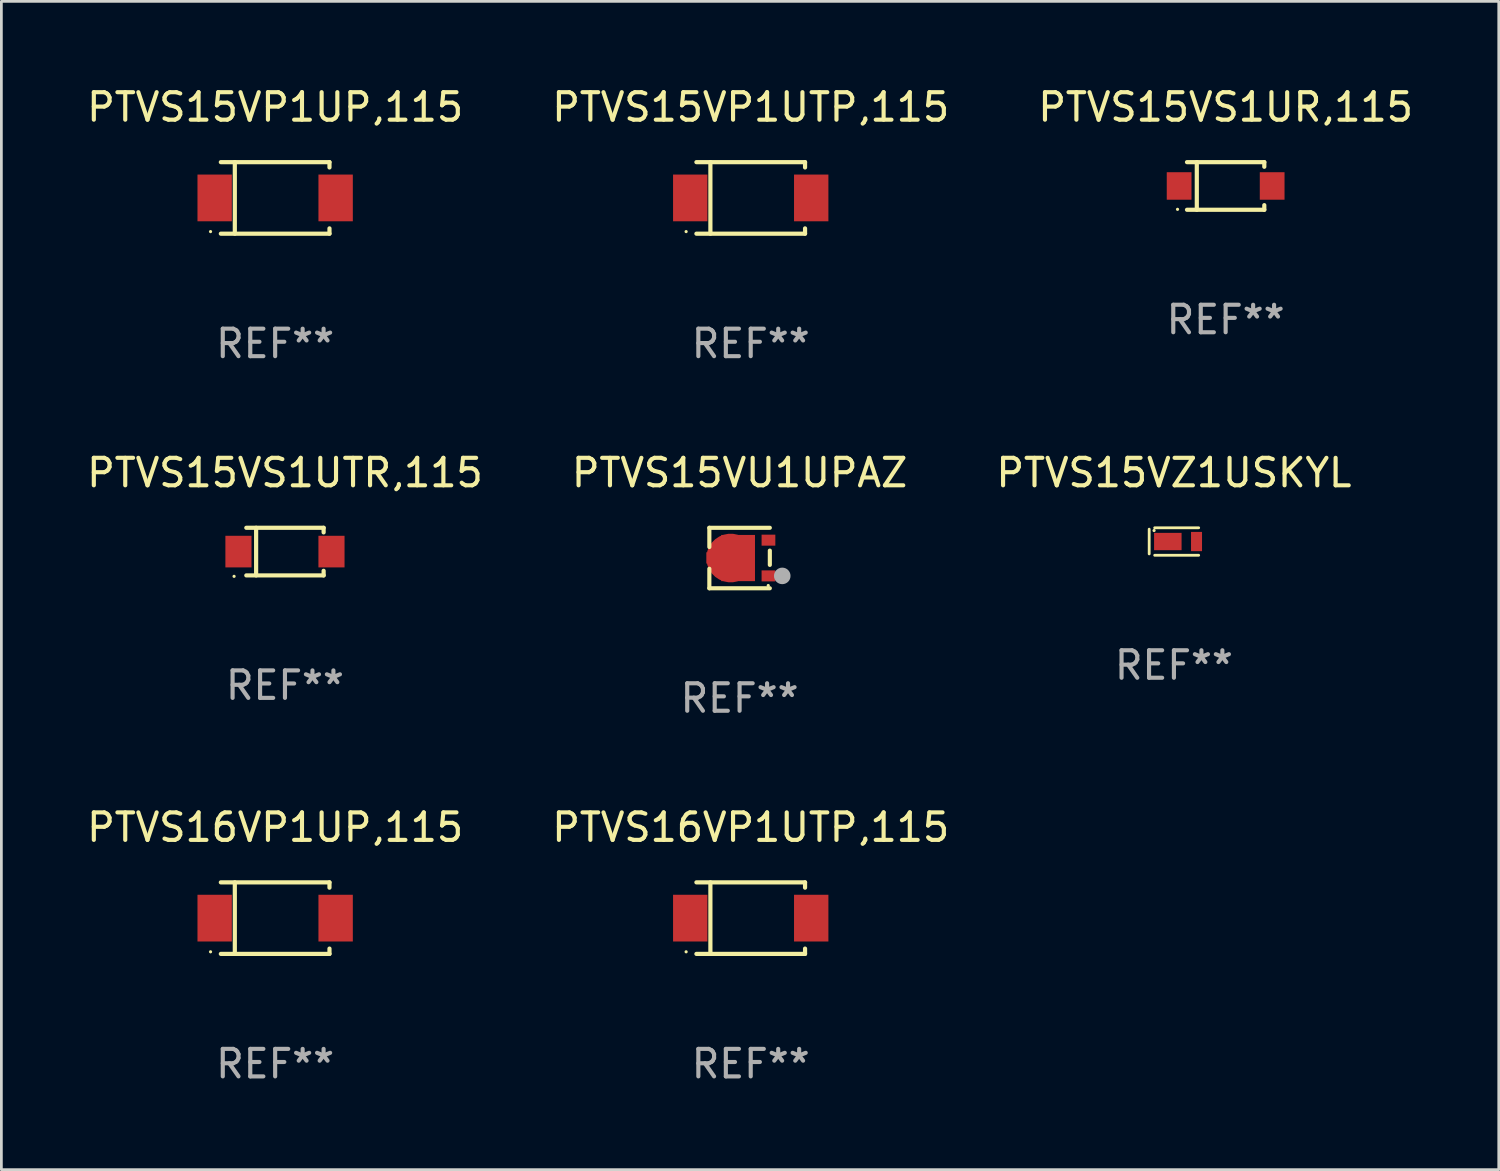
<source format=kicad_pcb>
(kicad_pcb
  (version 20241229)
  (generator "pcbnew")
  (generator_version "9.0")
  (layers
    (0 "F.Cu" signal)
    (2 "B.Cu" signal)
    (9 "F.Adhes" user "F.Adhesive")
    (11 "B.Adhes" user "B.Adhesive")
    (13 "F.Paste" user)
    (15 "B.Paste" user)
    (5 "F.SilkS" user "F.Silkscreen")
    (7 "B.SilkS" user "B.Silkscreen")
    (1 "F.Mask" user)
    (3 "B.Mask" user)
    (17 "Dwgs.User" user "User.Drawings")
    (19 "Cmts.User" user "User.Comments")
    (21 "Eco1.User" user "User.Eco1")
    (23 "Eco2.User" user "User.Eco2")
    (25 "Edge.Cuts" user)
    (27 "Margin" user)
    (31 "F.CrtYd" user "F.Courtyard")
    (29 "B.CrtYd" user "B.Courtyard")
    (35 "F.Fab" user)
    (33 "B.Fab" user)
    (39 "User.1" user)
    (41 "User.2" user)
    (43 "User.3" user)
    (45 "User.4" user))
  (footprint "PTVS15VP1UP,115"
    (layer "F.Cu")
    (at 6.958 4.149)
    (property "Reference" "PTVS15VP1UP,115" (at 0 -3.301 0) (layer "F.SilkS") (effects (font (size 1 1) (thickness 0.15))))
    (attr through_hole)
    (fp_line (start -1.976 -1.301) (end 1.976 -1.301) (stroke (width 0.152) (type solid)) (layer "F.SilkS"))
    (fp_line (start -1.976 1.301) (end 1.976 1.301) (stroke (width 0.152) (type solid)) (layer "F.SilkS"))
    (fp_line (start -1.467 -1.301) (end -1.467 1.301) (stroke (width 0.152) (type solid)) (layer "F.SilkS"))
    (fp_line (start 1.976 -1.301) (end 1.976 -1.108) (stroke (width 0.152) (type solid)) (layer "F.SilkS"))
    (fp_line (start 1.976 1.301) (end 1.976 1.108) (stroke (width 0.152) (type solid)) (layer "F.SilkS"))
    (fp_circle (center -2.35 1.225) (end -2.32 1.225) (stroke (width 0.06) (type solid)) (fill no) (layer "F.SilkS"))
    (fp_text user "REF**" (at 0 5.301 0) (layer "F.Fab") (effects (font (size 1 1) (thickness 0.15))))
    (pad "1" smd rect (at -2.2 0 180) (size 1.25 1.7) (layers "F.Cu" "F.Mask" "F.Paste"))
    (pad "2" smd rect (at 2.2 0 180) (size 1.25 1.7) (layers "F.Cu" "F.Mask" "F.Paste")))
  (footprint "PTVS16VP1UTP,115"
    (layer "F.Cu")
    (at 24.256 30.345)
    (property "Reference" "PTVS16VP1UTP,115" (at 0 -3.301 0) (layer "F.SilkS") (effects (font (size 1 1) (thickness 0.15))))
    (attr through_hole)
    (fp_line (start -1.976 -1.301) (end 1.976 -1.301) (stroke (width 0.152) (type solid)) (layer "F.SilkS"))
    (fp_line (start -1.976 1.301) (end 1.976 1.301) (stroke (width 0.152) (type solid)) (layer "F.SilkS"))
    (fp_line (start -1.467 -1.301) (end -1.467 1.301) (stroke (width 0.152) (type solid)) (layer "F.SilkS"))
    (fp_line (start 1.976 -1.301) (end 1.976 -1.108) (stroke (width 0.152) (type solid)) (layer "F.SilkS"))
    (fp_line (start 1.976 1.301) (end 1.976 1.108) (stroke (width 0.152) (type solid)) (layer "F.SilkS"))
    (fp_circle (center -2.35 1.225) (end -2.32 1.225) (stroke (width 0.06) (type solid)) (fill no) (layer "F.SilkS"))
    (fp_text user "REF**" (at 0 5.301 0) (layer "F.Fab") (effects (font (size 1 1) (thickness 0.15))))
    (pad "1" smd rect (at -2.2 0 180) (size 1.25 1.7) (layers "F.Cu" "F.Mask" "F.Paste"))
    (pad "2" smd rect (at 2.2 0 180) (size 1.25 1.7) (layers "F.Cu" "F.Mask" "F.Paste")))
  (footprint "PTVS15VP1UTP,115"
    (layer "F.Cu")
    (at 24.256 4.149)
    (property "Reference" "PTVS15VP1UTP,115" (at 0 -3.301 0) (layer "F.SilkS") (effects (font (size 1 1) (thickness 0.15))))
    (attr through_hole)
    (fp_line (start -1.976 -1.301) (end 1.976 -1.301) (stroke (width 0.152) (type solid)) (layer "F.SilkS"))
    (fp_line (start -1.976 1.301) (end 1.976 1.301) (stroke (width 0.152) (type solid)) (layer "F.SilkS"))
    (fp_line (start -1.467 -1.301) (end -1.467 1.301) (stroke (width 0.152) (type solid)) (layer "F.SilkS"))
    (fp_line (start 1.976 -1.301) (end 1.976 -1.108) (stroke (width 0.152) (type solid)) (layer "F.SilkS"))
    (fp_line (start 1.976 1.301) (end 1.976 1.108) (stroke (width 0.152) (type solid)) (layer "F.SilkS"))
    (fp_circle (center -2.35 1.225) (end -2.32 1.225) (stroke (width 0.06) (type solid)) (fill no) (layer "F.SilkS"))
    (fp_text user "REF**" (at 0 5.301 0) (layer "F.Fab") (effects (font (size 1 1) (thickness 0.15))))
    (pad "1" smd rect (at -2.2 0 180) (size 1.25 1.7) (layers "F.Cu" "F.Mask" "F.Paste"))
    (pad "2" smd rect (at 2.2 0 180) (size 1.25 1.7) (layers "F.Cu" "F.Mask" "F.Paste")))
  (footprint "PTVS15VS1UR,115"
    (layer "F.Cu")
    (at 41.53 3.714)
    (property "Reference" "PTVS15VS1UR,115" (at 0 -2.866 0) (layer "F.SilkS") (effects (font (size 1 1) (thickness 0.15))))
    (attr through_hole)
    (fp_line (start -1.406 -0.866) (end 1.406 -0.866) (stroke (width 0.152) (type solid)) (layer "F.SilkS"))
    (fp_line (start -1.406 0.866) (end 1.406 0.866) (stroke (width 0.152) (type solid)) (layer "F.SilkS"))
    (fp_line (start -1.049 -0.866) (end -1.049 0.866) (stroke (width 0.152) (type solid)) (layer "F.SilkS"))
    (fp_line (start 1.406 -0.866) (end 1.406 -0.698) (stroke (width 0.152) (type solid)) (layer "F.SilkS"))
    (fp_line (start 1.406 0.866) (end 1.406 0.698) (stroke (width 0.152) (type solid)) (layer "F.SilkS"))
    (fp_circle (center -1.75 0.85) (end -1.72 0.85) (stroke (width 0.06) (type solid)) (fill no) (layer "F.SilkS"))
    (fp_text user "REF**" (at 0 4.866 0) (layer "F.Fab") (effects (font (size 1 1) (thickness 0.15))))
    (pad "1" smd rect (at -1.692 0) (size 0.9 1) (layers "F.Cu" "F.Mask" "F.Paste"))
    (pad "2" smd rect (at 1.692 0) (size 0.9 1) (layers "F.Cu" "F.Mask" "F.Paste")))
  (footprint "PTVS15VU1UPAZ"
    (layer "F.Cu")
    (at 23.851 17.247)
    (property "Reference" "PTVS15VU1UPAZ" (at 0 -3.1 0) (layer "F.SilkS") (effects (font (size 1 1) (thickness 0.15))))
    (attr through_hole)
    (fp_line (start -1.1 -1.1) (end -1.1 -0.4) (stroke (width 0.15) (type solid)) (layer "F.SilkS"))
    (fp_line (start -1.1 -1.1) (end 1.1 -1.1) (stroke (width 0.15) (type solid)) (layer "F.SilkS"))
    (fp_line (start -1.1 1.1) (end -1.1 0.39) (stroke (width 0.15) (type solid)) (layer "F.SilkS"))
    (fp_line (start 1.1 -0.27) (end 1.1 0.25) (stroke (width 0.15) (type solid)) (layer "F.SilkS"))
    (fp_line (start 1.1 1.1) (end -1.1 1.1) (stroke (width 0.15) (type solid)) (layer "F.SilkS"))
    (fp_circle (center 1.042 1) (end 1.072 1) (stroke (width 0.06) (type solid)) (fill no) (layer "F.SilkS"))
    (fp_circle (center 1.552 0.65) (end 1.703 0.65) (stroke (width 0.3) (type solid)) (fill no) (layer "F.Fab"))
    (fp_text user "REF**" (at 0 5.1 0) (layer "F.Fab") (effects (font (size 1 1) (thickness 0.15))))
    (pad "1" smd rect (at 1.05 0.65) (size 0.5 0.4) (layers "F.Cu" "F.Mask" "F.Paste"))
    (pad "2" smd rect (at 1.05 -0.65) (size 0.5 0.4) (layers "F.Cu" "F.Mask" "F.Paste"))
    (pad "3" smd custom (at -0.325 0) (size 1.77 1.68) (layers "F.Cu" "F.Mask" "F.Paste") (options (anchor circle)) (primitives (gr_poly (pts (xy -0.885 -0.21) (xy -0.345 -0.21) (xy -0.345 -0.84) (xy 0.885 -0.84) (xy 0.885 0.84) (xy -0.345 0.84) (xy -0.345 0.2) (xy -0.885 0.2) (xy -0.885 -0.21)) (width 0) (fill yes)))))
  (footprint "PTVS15VS1UTR,115"
    (layer "F.Cu")
    (at 7.315 17.013)
    (property "Reference" "PTVS15VS1UTR,115" (at 0 -2.866 0) (layer "F.SilkS") (effects (font (size 1 1) (thickness 0.15))))
    (attr through_hole)
    (fp_line (start -1.406 -0.866) (end 1.406 -0.866) (stroke (width 0.152) (type solid)) (layer "F.SilkS"))
    (fp_line (start -1.406 0.866) (end 1.406 0.866) (stroke (width 0.152) (type solid)) (layer "F.SilkS"))
    (fp_line (start -1.049 -0.866) (end -1.049 0.866) (stroke (width 0.152) (type solid)) (layer "F.SilkS"))
    (fp_line (start 1.406 -0.866) (end 1.406 -0.698) (stroke (width 0.152) (type solid)) (layer "F.SilkS"))
    (fp_line (start 1.406 0.866) (end 1.406 0.698) (stroke (width 0.152) (type solid)) (layer "F.SilkS"))
    (fp_circle (center -1.851 0.9) (end -1.821 0.9) (stroke (width 0.06) (type solid)) (fill no) (layer "F.SilkS"))
    (fp_text user "REF**" (at 0 4.866 0) (layer "F.Fab") (effects (font (size 1 1) (thickness 0.15))))
    (pad "1" smd rect (at -1.692 0) (size 0.95 1.15) (layers "F.Cu" "F.Mask" "F.Paste"))
    (pad "2" smd rect (at 1.692 0) (size 0.95 1.15) (layers "F.Cu" "F.Mask" "F.Paste")))
  (footprint "PTVS16VP1UP,115"
    (layer "F.Cu")
    (at 6.958 30.345)
    (property "Reference" "PTVS16VP1UP,115" (at 0 -3.301 0) (layer "F.SilkS") (effects (font (size 1 1) (thickness 0.15))))
    (attr through_hole)
    (fp_line (start -1.976 -1.301) (end 1.976 -1.301) (stroke (width 0.152) (type solid)) (layer "F.SilkS"))
    (fp_line (start -1.976 1.301) (end 1.976 1.301) (stroke (width 0.152) (type solid)) (layer "F.SilkS"))
    (fp_line (start -1.467 -1.301) (end -1.467 1.301) (stroke (width 0.152) (type solid)) (layer "F.SilkS"))
    (fp_line (start 1.976 -1.301) (end 1.976 -1.108) (stroke (width 0.152) (type solid)) (layer "F.SilkS"))
    (fp_line (start 1.976 1.301) (end 1.976 1.108) (stroke (width 0.152) (type solid)) (layer "F.SilkS"))
    (fp_circle (center -2.35 1.225) (end -2.32 1.225) (stroke (width 0.06) (type solid)) (fill no) (layer "F.SilkS"))
    (fp_text user "REF**" (at 0 5.301 0) (layer "F.Fab") (effects (font (size 1 1) (thickness 0.15))))
    (pad "1" smd rect (at -2.2 0 180) (size 1.25 1.7) (layers "F.Cu" "F.Mask" "F.Paste"))
    (pad "2" smd rect (at 2.2 0 180) (size 1.25 1.7) (layers "F.Cu" "F.Mask" "F.Paste")))
  (footprint "PTVS15VZ1USKYL"
    (layer "F.Cu")
    (at 39.649 16.647)
    (property "Reference" "PTVS15VZ1USKYL" (at 0 -2.5 0) (layer "F.SilkS") (effects (font (size 1 1) (thickness 0.15))))
    (attr through_hole)
    (fp_line (start -0.9 -0.45) (end -0.9 0.45) (stroke (width 0.102) (type solid)) (layer "F.SilkS"))
    (fp_line (start -0.7 -0.5) (end 0.9 -0.5) (stroke (width 0.102) (type solid)) (layer "F.SilkS"))
    (fp_line (start -0.7 0.5) (end 0.9 0.5) (stroke (width 0.102) (type solid)) (layer "F.SilkS"))
    (fp_circle (center -0.722 -0.4) (end -0.692 -0.4) (stroke (width 0.06) (type solid)) (fill no) (layer "F.SilkS"))
    (fp_text user "REF**" (at 0 4.5 0) (layer "F.Fab") (effects (font (size 1 1) (thickness 0.15))))
    (pad "1" smd rect (at -0.222 -0.000025 180) (size 1 0.63) (layers "F.Cu" "F.Mask" "F.Paste"))
    (pad "2" smd rect (at 0.822 -0.000025 180) (size 0.4 0.7) (layers "F.Cu" "F.Mask" "F.Paste")))
  (gr_rect
    (start -3 -3)
    (end 51.464 39.494)
    (stroke (width 0.1) (type default))
    (fill no)
    (layer "Edge.Cuts")))
</source>
